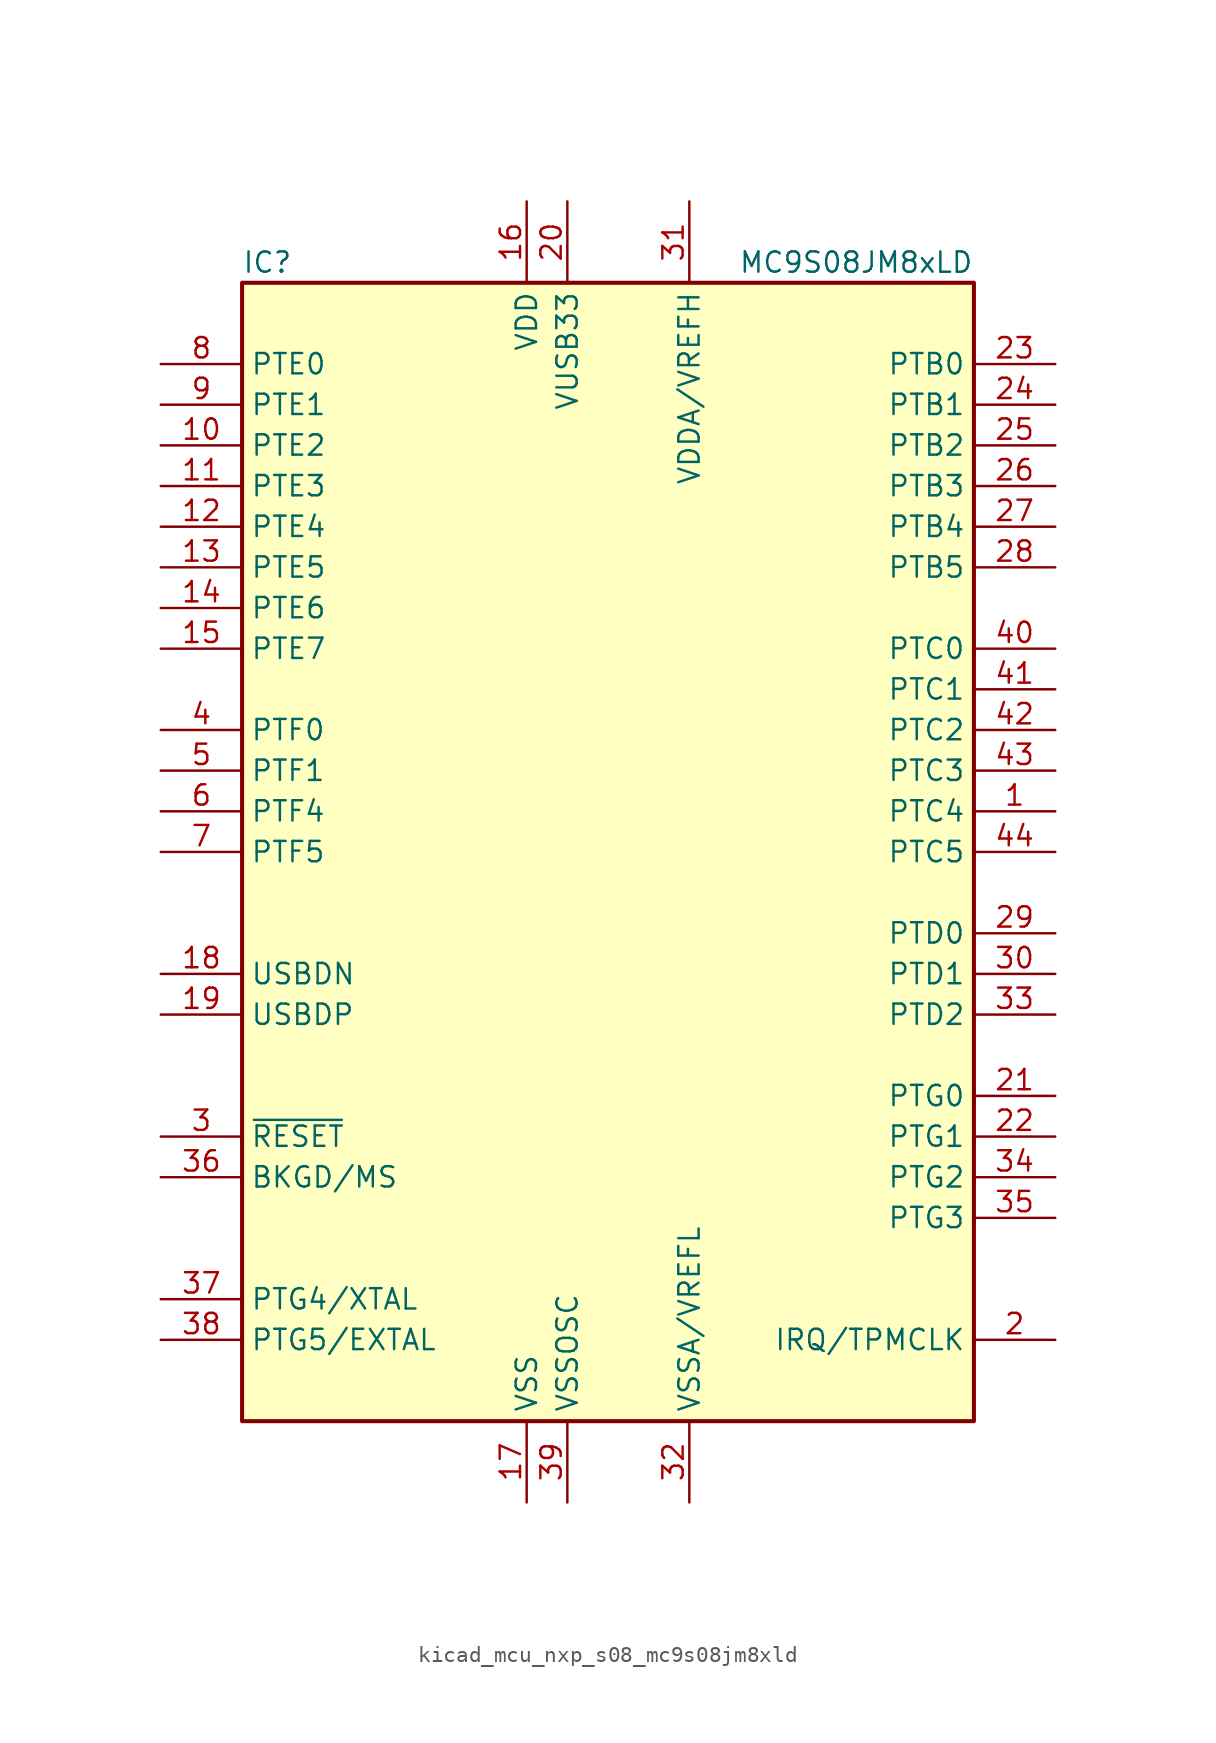
<source format=kicad_sym>
(kicad_symbol_lib
  (version 20220914)
  (generator kicad_symbol_editor)
  (symbol "kicad_mcu_nxp_s08_mc9s08jm8xld"
    (property "Reference" "IC"
      (at -22.86 36.83 0)
      (effects (font (size 1.27 1.27)) (justify left)))
    (property "Value" "MC9S08JM8xLD"
      (at 22.86 36.83 0)
      (effects (font (size 1.27 1.27)) (justify right)))
    (symbol "kicad_mcu_nxp_s08_mc9s08jm8xld_0_1"
      (rectangle (start -22.86 35.56) (end 22.86 -35.56) (stroke (width 0.254) (type default)) (fill (type background))))
    (symbol "kicad_mcu_nxp_s08_mc9s08jm8xld_1_1"
      (pin bidirectional line (at 27.94 2.54 180) (length 5.08) (name "PTC4" (effects (font (size 1.27 1.27)))) (number "1" (effects (font (size 1.27 1.27)))))
      (pin bidirectional line (at -27.94 25.4 0) (length 5.08) (name "PTE2" (effects (font (size 1.27 1.27)))) (number "10" (effects (font (size 1.27 1.27)))))
      (pin bidirectional line (at -27.94 22.86 0) (length 5.08) (name "PTE3" (effects (font (size 1.27 1.27)))) (number "11" (effects (font (size 1.27 1.27)))))
      (pin bidirectional line (at -27.94 20.32 0) (length 5.08) (name "PTE4" (effects (font (size 1.27 1.27)))) (number "12" (effects (font (size 1.27 1.27)))))
      (pin bidirectional line (at -27.94 17.78 0) (length 5.08) (name "PTE5" (effects (font (size 1.27 1.27)))) (number "13" (effects (font (size 1.27 1.27)))))
      (pin bidirectional line (at -27.94 15.24 0) (length 5.08) (name "PTE6" (effects (font (size 1.27 1.27)))) (number "14" (effects (font (size 1.27 1.27)))))
      (pin bidirectional line (at -27.94 12.7 0) (length 5.08) (name "PTE7" (effects (font (size 1.27 1.27)))) (number "15" (effects (font (size 1.27 1.27)))))
      (pin power_in line (at -5.08 40.64 270) (length 5.08) (name "VDD" (effects (font (size 1.27 1.27)))) (number "16" (effects (font (size 1.27 1.27)))))
      (pin power_in line (at -5.08 -40.64 90) (length 5.08) (name "VSS" (effects (font (size 1.27 1.27)))) (number "17" (effects (font (size 1.27 1.27)))))
      (pin bidirectional line (at -27.94 -7.62 0) (length 5.08) (name "USBDN" (effects (font (size 1.27 1.27)))) (number "18" (effects (font (size 1.27 1.27)))))
      (pin bidirectional line (at -27.94 -10.16 0) (length 5.08) (name "USBDP" (effects (font (size 1.27 1.27)))) (number "19" (effects (font (size 1.27 1.27)))))
      (pin bidirectional line (at 27.94 -30.48 180) (length 5.08) (name "IRQ/TPMCLK" (effects (font (size 1.27 1.27)))) (number "2" (effects (font (size 1.27 1.27)))))
      (pin power_out line (at -2.54 40.64 270) (length 5.08) (name "VUSB33" (effects (font (size 1.27 1.27)))) (number "20" (effects (font (size 1.27 1.27)))))
      (pin bidirectional line (at 27.94 -15.24 180) (length 5.08) (name "PTG0" (effects (font (size 1.27 1.27)))) (number "21" (effects (font (size 1.27 1.27)))))
      (pin bidirectional line (at 27.94 -17.78 180) (length 5.08) (name "PTG1" (effects (font (size 1.27 1.27)))) (number "22" (effects (font (size 1.27 1.27)))))
      (pin bidirectional line (at 27.94 30.48 180) (length 5.08) (name "PTB0" (effects (font (size 1.27 1.27)))) (number "23" (effects (font (size 1.27 1.27)))))
      (pin bidirectional line (at 27.94 27.94 180) (length 5.08) (name "PTB1" (effects (font (size 1.27 1.27)))) (number "24" (effects (font (size 1.27 1.27)))))
      (pin bidirectional line (at 27.94 25.4 180) (length 5.08) (name "PTB2" (effects (font (size 1.27 1.27)))) (number "25" (effects (font (size 1.27 1.27)))))
      (pin bidirectional line (at 27.94 22.86 180) (length 5.08) (name "PTB3" (effects (font (size 1.27 1.27)))) (number "26" (effects (font (size 1.27 1.27)))))
      (pin bidirectional line (at 27.94 20.32 180) (length 5.08) (name "PTB4" (effects (font (size 1.27 1.27)))) (number "27" (effects (font (size 1.27 1.27)))))
      (pin bidirectional line (at 27.94 17.78 180) (length 5.08) (name "PTB5" (effects (font (size 1.27 1.27)))) (number "28" (effects (font (size 1.27 1.27)))))
      (pin bidirectional line (at 27.94 -5.08 180) (length 5.08) (name "PTD0" (effects (font (size 1.27 1.27)))) (number "29" (effects (font (size 1.27 1.27)))))
      (pin input line (at -27.94 -17.78 0) (length 5.08) (name "~{RESET}" (effects (font (size 1.27 1.27)))) (number "3" (effects (font (size 1.27 1.27)))))
      (pin bidirectional line (at 27.94 -7.62 180) (length 5.08) (name "PTD1" (effects (font (size 1.27 1.27)))) (number "30" (effects (font (size 1.27 1.27)))))
      (pin power_in line (at 5.08 40.64 270) (length 5.08) (name "VDDA/VREFH" (effects (font (size 1.27 1.27)))) (number "31" (effects (font (size 1.27 1.27)))))
      (pin power_in line (at 5.08 -40.64 90) (length 5.08) (name "VSSA/VREFL" (effects (font (size 1.27 1.27)))) (number "32" (effects (font (size 1.27 1.27)))))
      (pin bidirectional line (at 27.94 -10.16 180) (length 5.08) (name "PTD2" (effects (font (size 1.27 1.27)))) (number "33" (effects (font (size 1.27 1.27)))))
      (pin bidirectional line (at 27.94 -20.32 180) (length 5.08) (name "PTG2" (effects (font (size 1.27 1.27)))) (number "34" (effects (font (size 1.27 1.27)))))
      (pin bidirectional line (at 27.94 -22.86 180) (length 5.08) (name "PTG3" (effects (font (size 1.27 1.27)))) (number "35" (effects (font (size 1.27 1.27)))))
      (pin bidirectional line (at -27.94 -20.32 0) (length 5.08) (name "BKGD/MS" (effects (font (size 1.27 1.27)))) (number "36" (effects (font (size 1.27 1.27)))))
      (pin bidirectional line (at -27.94 -27.94 0) (length 5.08) (name "PTG4/XTAL" (effects (font (size 1.27 1.27)))) (number "37" (effects (font (size 1.27 1.27)))))
      (pin bidirectional line (at -27.94 -30.48 0) (length 5.08) (name "PTG5/EXTAL" (effects (font (size 1.27 1.27)))) (number "38" (effects (font (size 1.27 1.27)))))
      (pin power_in line (at -2.54 -40.64 90) (length 5.08) (name "VSSOSC" (effects (font (size 1.27 1.27)))) (number "39" (effects (font (size 1.27 1.27)))))
      (pin bidirectional line (at -27.94 7.62 0) (length 5.08) (name "PTF0" (effects (font (size 1.27 1.27)))) (number "4" (effects (font (size 1.27 1.27)))))
      (pin bidirectional line (at 27.94 12.7 180) (length 5.08) (name "PTC0" (effects (font (size 1.27 1.27)))) (number "40" (effects (font (size 1.27 1.27)))))
      (pin bidirectional line (at 27.94 10.16 180) (length 5.08) (name "PTC1" (effects (font (size 1.27 1.27)))) (number "41" (effects (font (size 1.27 1.27)))))
      (pin bidirectional line (at 27.94 7.62 180) (length 5.08) (name "PTC2" (effects (font (size 1.27 1.27)))) (number "42" (effects (font (size 1.27 1.27)))))
      (pin bidirectional line (at 27.94 5.08 180) (length 5.08) (name "PTC3" (effects (font (size 1.27 1.27)))) (number "43" (effects (font (size 1.27 1.27)))))
      (pin bidirectional line (at 27.94 0 180) (length 5.08) (name "PTC5" (effects (font (size 1.27 1.27)))) (number "44" (effects (font (size 1.27 1.27)))))
      (pin bidirectional line (at -27.94 5.08 0) (length 5.08) (name "PTF1" (effects (font (size 1.27 1.27)))) (number "5" (effects (font (size 1.27 1.27)))))
      (pin bidirectional line (at -27.94 2.54 0) (length 5.08) (name "PTF4" (effects (font (size 1.27 1.27)))) (number "6" (effects (font (size 1.27 1.27)))))
      (pin bidirectional line (at -27.94 0 0) (length 5.08) (name "PTF5" (effects (font (size 1.27 1.27)))) (number "7" (effects (font (size 1.27 1.27)))))
      (pin bidirectional line (at -27.94 30.48 0) (length 5.08) (name "PTE0" (effects (font (size 1.27 1.27)))) (number "8" (effects (font (size 1.27 1.27)))))
      (pin bidirectional line (at -27.94 27.94 0) (length 5.08) (name "PTE1" (effects (font (size 1.27 1.27)))) (number "9" (effects (font (size 1.27 1.27))))))))
</source>
